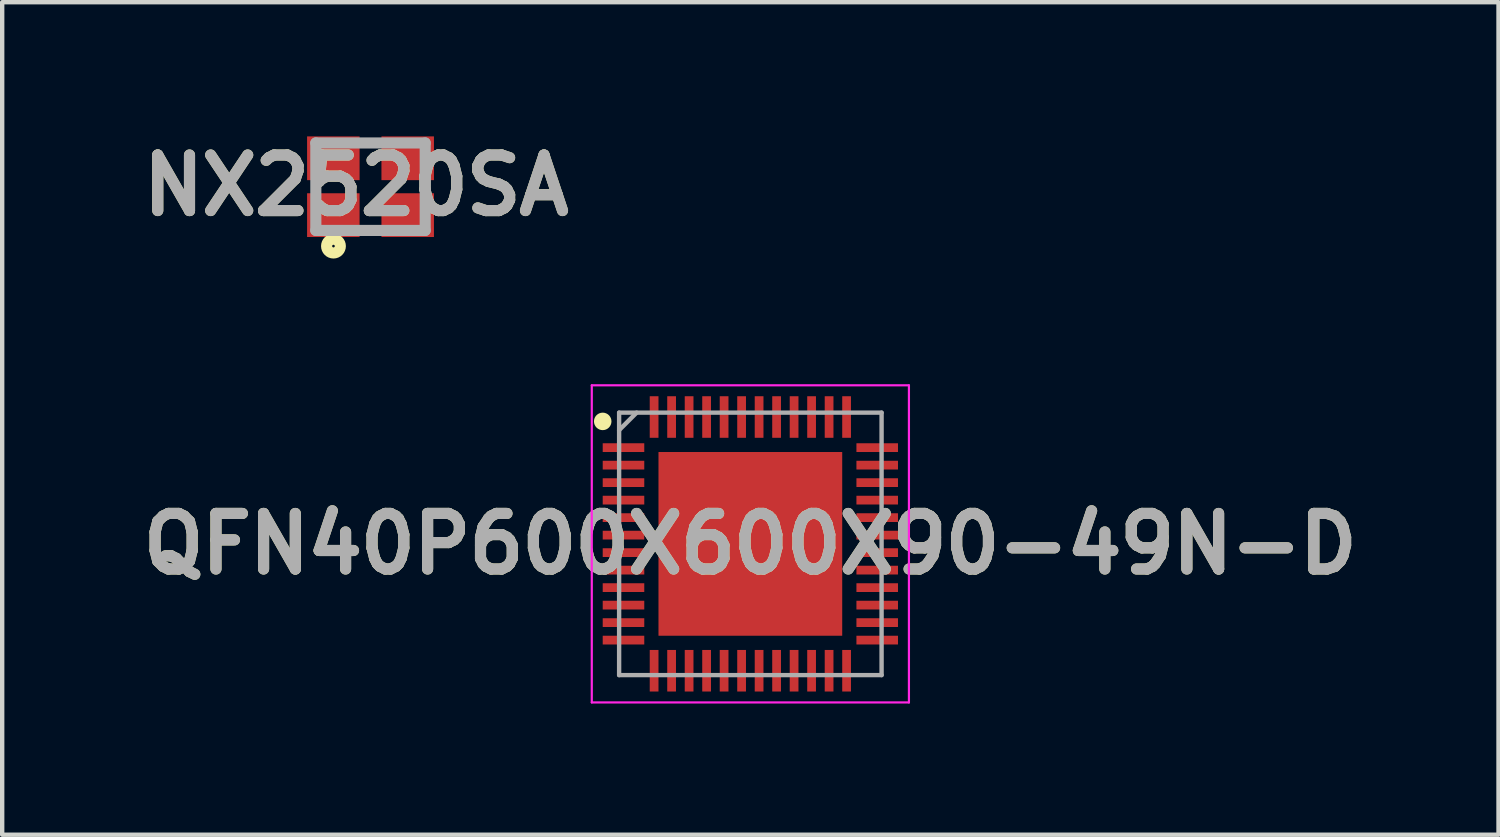
<source format=kicad_pcb>
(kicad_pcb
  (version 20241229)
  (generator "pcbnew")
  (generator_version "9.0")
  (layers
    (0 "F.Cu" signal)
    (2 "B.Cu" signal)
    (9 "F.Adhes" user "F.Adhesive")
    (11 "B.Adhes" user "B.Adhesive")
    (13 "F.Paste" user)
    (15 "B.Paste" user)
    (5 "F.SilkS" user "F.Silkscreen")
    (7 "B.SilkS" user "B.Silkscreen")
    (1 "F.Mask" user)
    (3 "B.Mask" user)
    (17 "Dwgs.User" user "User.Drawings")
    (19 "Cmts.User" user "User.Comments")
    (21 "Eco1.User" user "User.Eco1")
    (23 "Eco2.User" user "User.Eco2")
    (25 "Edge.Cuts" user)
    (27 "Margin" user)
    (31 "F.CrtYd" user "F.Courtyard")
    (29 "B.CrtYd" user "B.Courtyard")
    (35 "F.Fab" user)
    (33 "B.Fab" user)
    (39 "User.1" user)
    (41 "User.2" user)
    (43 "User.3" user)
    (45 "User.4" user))
  (footprint "NX2520SA"
    (layer "F.Cu")
    (at 5.42 1.218)
    (property "Reference" "NX2520SA" (at -0.328 -0.029 0) (layer "F.SilkS") (effects (font (size 1.27 1.27) (thickness 0.254))))
    (attr smd)
    (fp_circle (center -0.847 1.358) (end -0.847 1.388) (stroke (width 0.254) (type solid)) (fill no) (layer "F.SilkS"))
    (fp_line (start -1.25 -1) (end 1.25 -1) (stroke (width 0.254) (type solid)) (layer "F.Fab"))
    (fp_line (start -1.25 1) (end -1.25 -1) (stroke (width 0.254) (type solid)) (layer "F.Fab"))
    (fp_line (start 1.25 -1) (end 1.25 1) (stroke (width 0.254) (type solid)) (layer "F.Fab"))
    (fp_line (start 1.25 1) (end -1.25 1) (stroke (width 0.254) (type solid)) (layer "F.Fab"))
    (fp_text user "${REFERENCE}" (at -0.328 -0.029 0) (layer "F.Fab") (effects (font (size 1.27 1.27) (thickness 0.254))))
    (pad "1" smd rect (at -0.85 0.65 90) (size 1 1.2) (layers "F.Cu" "F.Mask" "F.Paste"))
    (pad "2" smd rect (at 0.85 0.65 90) (size 1 1.2) (layers "F.Cu" "F.Mask" "F.Paste"))
    (pad "3" smd rect (at 0.85 -0.65 90) (size 1 1.2) (layers "F.Cu" "F.Mask" "F.Paste"))
    (pad "4" smd rect (at -0.85 -0.65 90) (size 1 1.2) (layers "F.Cu" "F.Mask" "F.Paste")))
  (footprint "QFN40P600X600X90-49N-D"
    (layer "F.Cu")
    (at 14.103 9.383)
    (property "Reference" "QFN40P600X600X90-49N-D" (at 0 0 0) (layer "F.SilkS") (effects (font (size 1.27 1.27) (thickness 0.254))))
    (attr smd)
    (fp_circle (center -3.375 -2.8) (end -3.375 -2.7) (stroke (width 0.2) (type solid)) (fill no) (layer "F.SilkS"))
    (fp_line (start -3.625 -3.625) (end 3.625 -3.625) (stroke (width 0.05) (type solid)) (layer "F.CrtYd"))
    (fp_line (start -3.625 3.625) (end -3.625 -3.625) (stroke (width 0.05) (type solid)) (layer "F.CrtYd"))
    (fp_line (start 3.625 -3.625) (end 3.625 3.625) (stroke (width 0.05) (type solid)) (layer "F.CrtYd"))
    (fp_line (start 3.625 3.625) (end -3.625 3.625) (stroke (width 0.05) (type solid)) (layer "F.CrtYd"))
    (fp_line (start -3 -3) (end 3 -3) (stroke (width 0.1) (type solid)) (layer "F.Fab"))
    (fp_line (start -3 -2.6) (end -2.6 -3) (stroke (width 0.1) (type solid)) (layer "F.Fab"))
    (fp_line (start -3 3) (end -3 -3) (stroke (width 0.1) (type solid)) (layer "F.Fab"))
    (fp_line (start 3 -3) (end 3 3) (stroke (width 0.1) (type solid)) (layer "F.Fab"))
    (fp_line (start 3 3) (end -3 3) (stroke (width 0.1) (type solid)) (layer "F.Fab"))
    (fp_text user "${REFERENCE}" (at 0 0 0) (layer "F.Fab") (effects (font (size 1.27 1.27) (thickness 0.254))))
    (pad "1" smd rect (at -2.9 -2.2 90) (size 0.2 0.95) (layers "F.Cu" "F.Mask" "F.Paste"))
    (pad "2" smd rect (at -2.9 -1.8 90) (size 0.2 0.95) (layers "F.Cu" "F.Mask" "F.Paste"))
    (pad "3" smd rect (at -2.9 -1.4 90) (size 0.2 0.95) (layers "F.Cu" "F.Mask" "F.Paste"))
    (pad "4" smd rect (at -2.9 -1 90) (size 0.2 0.95) (layers "F.Cu" "F.Mask" "F.Paste"))
    (pad "5" smd rect (at -2.9 -0.6 90) (size 0.2 0.95) (layers "F.Cu" "F.Mask" "F.Paste"))
    (pad "6" smd rect (at -2.9 -0.2 90) (size 0.2 0.95) (layers "F.Cu" "F.Mask" "F.Paste"))
    (pad "7" smd rect (at -2.9 0.2 90) (size 0.2 0.95) (layers "F.Cu" "F.Mask" "F.Paste"))
    (pad "8" smd rect (at -2.9 0.6 90) (size 0.2 0.95) (layers "F.Cu" "F.Mask" "F.Paste"))
    (pad "9" smd rect (at -2.9 1 90) (size 0.2 0.95) (layers "F.Cu" "F.Mask" "F.Paste"))
    (pad "10" smd rect (at -2.9 1.4 90) (size 0.2 0.95) (layers "F.Cu" "F.Mask" "F.Paste"))
    (pad "11" smd rect (at -2.9 1.8 90) (size 0.2 0.95) (layers "F.Cu" "F.Mask" "F.Paste"))
    (pad "12" smd rect (at -2.9 2.2 90) (size 0.2 0.95) (layers "F.Cu" "F.Mask" "F.Paste"))
    (pad "13" smd rect (at -2.2 2.9) (size 0.2 0.95) (layers "F.Cu" "F.Mask" "F.Paste"))
    (pad "14" smd rect (at -1.8 2.9) (size 0.2 0.95) (layers "F.Cu" "F.Mask" "F.Paste"))
    (pad "15" smd rect (at -1.4 2.9) (size 0.2 0.95) (layers "F.Cu" "F.Mask" "F.Paste"))
    (pad "16" smd rect (at -1 2.9) (size 0.2 0.95) (layers "F.Cu" "F.Mask" "F.Paste"))
    (pad "17" smd rect (at -0.6 2.9) (size 0.2 0.95) (layers "F.Cu" "F.Mask" "F.Paste"))
    (pad "18" smd rect (at -0.2 2.9) (size 0.2 0.95) (layers "F.Cu" "F.Mask" "F.Paste"))
    (pad "19" smd rect (at 0.2 2.9) (size 0.2 0.95) (layers "F.Cu" "F.Mask" "F.Paste"))
    (pad "20" smd rect (at 0.6 2.9) (size 0.2 0.95) (layers "F.Cu" "F.Mask" "F.Paste"))
    (pad "21" smd rect (at 1 2.9) (size 0.2 0.95) (layers "F.Cu" "F.Mask" "F.Paste"))
    (pad "22" smd rect (at 1.4 2.9) (size 0.2 0.95) (layers "F.Cu" "F.Mask" "F.Paste"))
    (pad "23" smd rect (at 1.8 2.9) (size 0.2 0.95) (layers "F.Cu" "F.Mask" "F.Paste"))
    (pad "24" smd rect (at 2.2 2.9) (size 0.2 0.95) (layers "F.Cu" "F.Mask" "F.Paste"))
    (pad "25" smd rect (at 2.9 2.2 90) (size 0.2 0.95) (layers "F.Cu" "F.Mask" "F.Paste"))
    (pad "26" smd rect (at 2.9 1.8 90) (size 0.2 0.95) (layers "F.Cu" "F.Mask" "F.Paste"))
    (pad "27" smd rect (at 2.9 1.4 90) (size 0.2 0.95) (layers "F.Cu" "F.Mask" "F.Paste"))
    (pad "28" smd rect (at 2.9 1 90) (size 0.2 0.95) (layers "F.Cu" "F.Mask" "F.Paste"))
    (pad "29" smd rect (at 2.9 0.6 90) (size 0.2 0.95) (layers "F.Cu" "F.Mask" "F.Paste"))
    (pad "30" smd rect (at 2.9 0.2 90) (size 0.2 0.95) (layers "F.Cu" "F.Mask" "F.Paste"))
    (pad "31" smd rect (at 2.9 -0.2 90) (size 0.2 0.95) (layers "F.Cu" "F.Mask" "F.Paste"))
    (pad "32" smd rect (at 2.9 -0.6 90) (size 0.2 0.95) (layers "F.Cu" "F.Mask" "F.Paste"))
    (pad "33" smd rect (at 2.9 -1 90) (size 0.2 0.95) (layers "F.Cu" "F.Mask" "F.Paste"))
    (pad "34" smd rect (at 2.9 -1.4 90) (size 0.2 0.95) (layers "F.Cu" "F.Mask" "F.Paste"))
    (pad "35" smd rect (at 2.9 -1.8 90) (size 0.2 0.95) (layers "F.Cu" "F.Mask" "F.Paste"))
    (pad "36" smd rect (at 2.9 -2.2 90) (size 0.2 0.95) (layers "F.Cu" "F.Mask" "F.Paste"))
    (pad "37" smd rect (at 2.2 -2.9) (size 0.2 0.95) (layers "F.Cu" "F.Mask" "F.Paste"))
    (pad "38" smd rect (at 1.8 -2.9) (size 0.2 0.95) (layers "F.Cu" "F.Mask" "F.Paste"))
    (pad "39" smd rect (at 1.4 -2.9) (size 0.2 0.95) (layers "F.Cu" "F.Mask" "F.Paste"))
    (pad "40" smd rect (at 1 -2.9) (size 0.2 0.95) (layers "F.Cu" "F.Mask" "F.Paste"))
    (pad "41" smd rect (at 0.6 -2.9) (size 0.2 0.95) (layers "F.Cu" "F.Mask" "F.Paste"))
    (pad "42" smd rect (at 0.2 -2.9) (size 0.2 0.95) (layers "F.Cu" "F.Mask" "F.Paste"))
    (pad "43" smd rect (at -0.2 -2.9) (size 0.2 0.95) (layers "F.Cu" "F.Mask" "F.Paste"))
    (pad "44" smd rect (at -0.6 -2.9) (size 0.2 0.95) (layers "F.Cu" "F.Mask" "F.Paste"))
    (pad "45" smd rect (at -1 -2.9) (size 0.2 0.95) (layers "F.Cu" "F.Mask" "F.Paste"))
    (pad "46" smd rect (at -1.4 -2.9) (size 0.2 0.95) (layers "F.Cu" "F.Mask" "F.Paste"))
    (pad "47" smd rect (at -1.8 -2.9) (size 0.2 0.95) (layers "F.Cu" "F.Mask" "F.Paste"))
    (pad "48" smd rect (at -2.2 -2.9) (size 0.2 0.95) (layers "F.Cu" "F.Mask" "F.Paste"))
    (pad "49" smd rect (at 0 0) (size 4.2 4.2) (layers "F.Cu" "F.Mask" "F.Paste")))
  (gr_rect
    (start -3 -3)
    (end 31.206 16.032)
    (stroke (width 0.1) (type default))
    (fill no)
    (layer "Edge.Cuts")))
</source>
